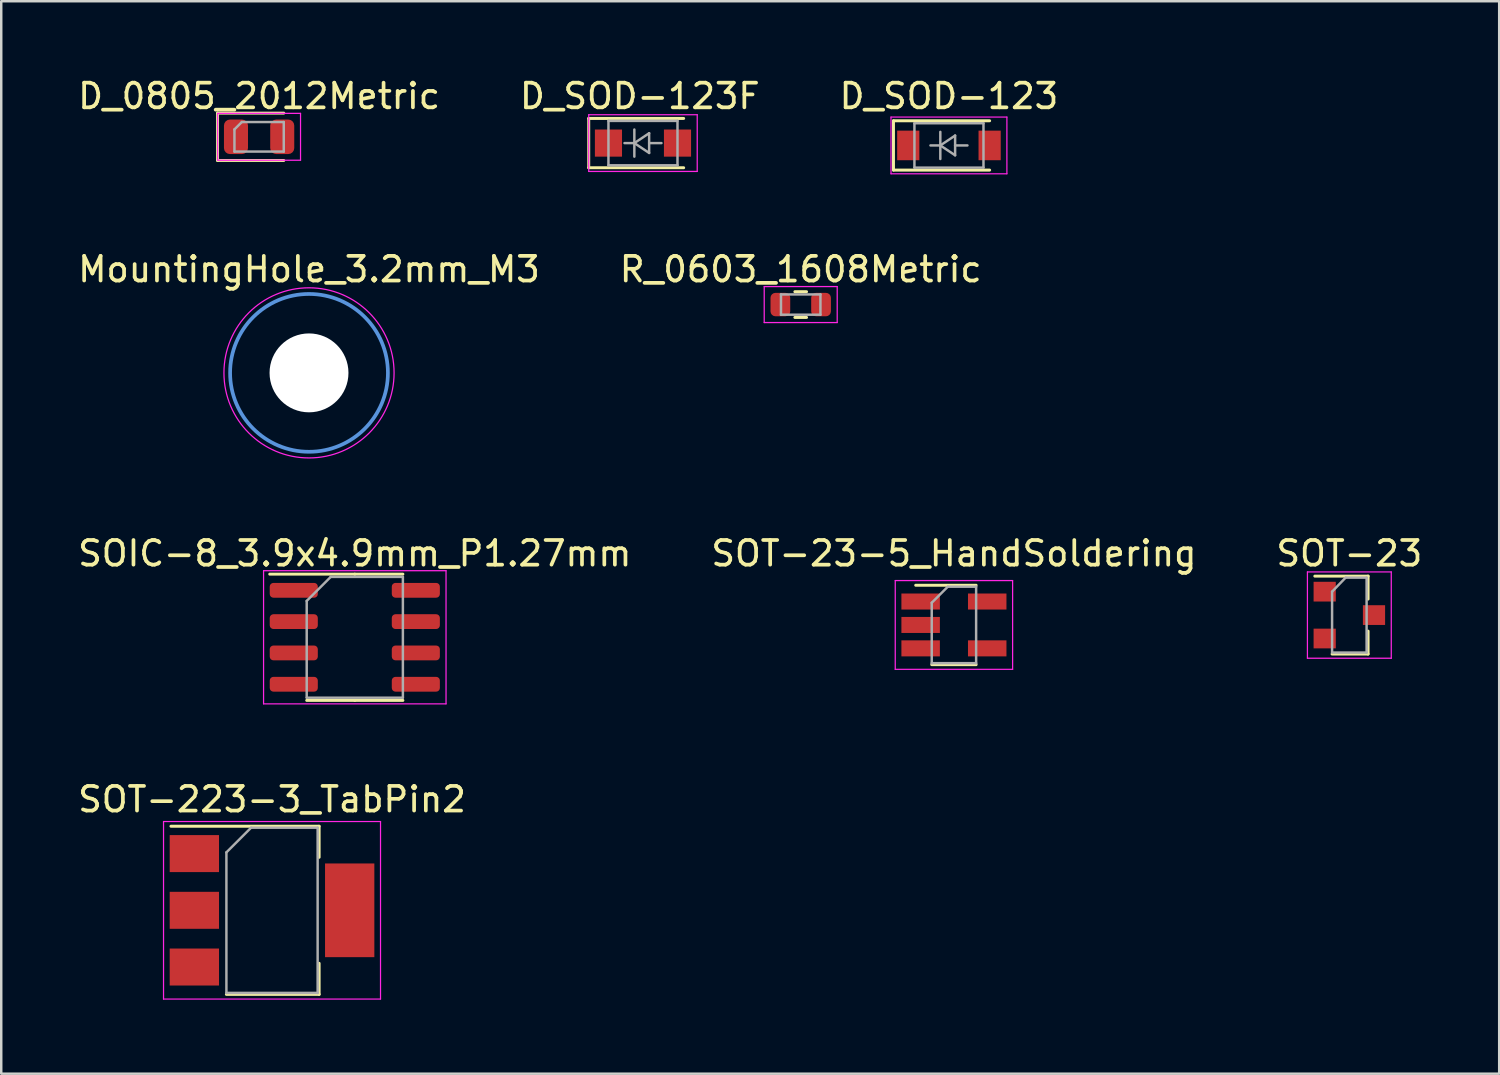
<source format=kicad_pcb>
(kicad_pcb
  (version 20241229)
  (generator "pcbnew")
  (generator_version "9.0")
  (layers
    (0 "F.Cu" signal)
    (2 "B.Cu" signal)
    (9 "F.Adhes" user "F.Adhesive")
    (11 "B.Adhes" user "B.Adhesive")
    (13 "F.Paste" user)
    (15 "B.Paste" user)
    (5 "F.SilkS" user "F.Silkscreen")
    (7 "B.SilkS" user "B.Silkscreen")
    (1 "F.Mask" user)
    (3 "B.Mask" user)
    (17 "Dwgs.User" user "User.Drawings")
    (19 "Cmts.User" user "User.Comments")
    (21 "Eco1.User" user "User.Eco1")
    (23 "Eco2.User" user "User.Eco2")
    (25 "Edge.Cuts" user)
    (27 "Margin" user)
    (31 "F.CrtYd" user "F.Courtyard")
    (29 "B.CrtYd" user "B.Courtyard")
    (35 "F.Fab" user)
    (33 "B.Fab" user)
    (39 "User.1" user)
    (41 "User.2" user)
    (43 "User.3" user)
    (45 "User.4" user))
  (footprint "SOT-223-3_TabPin2"
    (layer "F.Cu")
    (at 7.982 33.868)
    (property "Reference" "SOT-223-3_TabPin2" (at 0 -4.5 0) (layer "F.SilkS") (effects (font (size 1 1) (thickness 0.15))))
    (attr smd)
    (fp_line (start -4.1 -3.41) (end 1.91 -3.41) (stroke (width 0.12) (type solid)) (layer "F.SilkS"))
    (fp_line (start -1.85 3.41) (end 1.91 3.41) (stroke (width 0.12) (type solid)) (layer "F.SilkS"))
    (fp_line (start 1.91 -3.41) (end 1.91 -2.15) (stroke (width 0.12) (type solid)) (layer "F.SilkS"))
    (fp_line (start 1.91 3.41) (end 1.91 2.15) (stroke (width 0.12) (type solid)) (layer "F.SilkS"))
    (fp_line (start -4.4 -3.6) (end -4.4 3.6) (stroke (width 0.05) (type solid)) (layer "F.CrtYd"))
    (fp_line (start -4.4 3.6) (end 4.4 3.6) (stroke (width 0.05) (type solid)) (layer "F.CrtYd"))
    (fp_line (start 4.4 -3.6) (end -4.4 -3.6) (stroke (width 0.05) (type solid)) (layer "F.CrtYd"))
    (fp_line (start 4.4 3.6) (end 4.4 -3.6) (stroke (width 0.05) (type solid)) (layer "F.CrtYd"))
    (fp_line (start -1.85 -2.35) (end -1.85 3.35) (stroke (width 0.1) (type solid)) (layer "F.Fab"))
    (fp_line (start -1.85 -2.35) (end -0.85 -3.35) (stroke (width 0.1) (type solid)) (layer "F.Fab"))
    (fp_line (start -1.85 3.35) (end 1.85 3.35) (stroke (width 0.1) (type solid)) (layer "F.Fab"))
    (fp_line (start -0.85 -3.35) (end 1.85 -3.35) (stroke (width 0.1) (type solid)) (layer "F.Fab"))
    (fp_line (start 1.85 -3.35) (end 1.85 3.35) (stroke (width 0.1) (type solid)) (layer "F.Fab"))
    (pad "1" smd rect (at -3.15 -2.3) (size 2 1.5) (layers "F.Cu" "F.Mask" "F.Paste"))
    (pad "2" smd rect (at -3.15 0) (size 2 1.5) (layers "F.Cu" "F.Mask" "F.Paste"))
    (pad "2" smd rect (at 3.15 0) (size 2 3.8) (layers "F.Cu" "F.Mask" "F.Paste"))
    (pad "3" smd rect (at -3.15 2.3) (size 2 1.5) (layers "F.Cu" "F.Mask" "F.Paste")))
  (footprint "MountingHole_3.2mm_M3"
    (layer "F.Cu")
    (at 9.482 12.072)
    (property "Reference" "MountingHole_3.2mm_M3" (at 0 -4.2 0) (layer "F.SilkS") (effects (font (size 1 1) (thickness 0.15))))
    (attr exclude_from_pos_files exclude_from_bom)
    (fp_circle (center 0 0) (end 3.2 0) (stroke (width 0.15) (type solid)) (fill no) (layer "Cmts.User"))
    (fp_circle (center 0 0) (end 3.45 0) (stroke (width 0.05) (type solid)) (fill no) (layer "F.CrtYd"))
    (pad "" np_thru_hole circle (at 0 0) (size 3.2 3.2) (drill 3.2) (layers "*.Cu" "*.Mask")))
  (footprint "D_SOD-123F"
    (layer "F.Cu")
    (at 23.026 2.753)
    (property "Reference" "D_SOD-123F" (at -0.127 -1.905 0) (layer "F.SilkS") (effects (font (size 1 1) (thickness 0.15))))
    (attr smd)
    (fp_line (start -2.2 -1) (end -2.2 1) (stroke (width 0.12) (type solid)) (layer "F.SilkS"))
    (fp_line (start -2.2 -1) (end 1.65 -1) (stroke (width 0.12) (type solid)) (layer "F.SilkS"))
    (fp_line (start -2.2 1) (end 1.65 1) (stroke (width 0.12) (type solid)) (layer "F.SilkS"))
    (fp_line (start -2.2 -1.15) (end -2.2 1.15) (stroke (width 0.05) (type solid)) (layer "F.CrtYd"))
    (fp_line (start -2.2 -1.15) (end 2.2 -1.15) (stroke (width 0.05) (type solid)) (layer "F.CrtYd"))
    (fp_line (start 2.2 -1.15) (end 2.2 1.15) (stroke (width 0.05) (type solid)) (layer "F.CrtYd"))
    (fp_line (start 2.2 1.15) (end -2.2 1.15) (stroke (width 0.05) (type solid)) (layer "F.CrtYd"))
    (fp_line (start -1.4 -0.9) (end 1.4 -0.9) (stroke (width 0.1) (type solid)) (layer "F.Fab"))
    (fp_line (start -1.4 0.9) (end -1.4 -0.9) (stroke (width 0.1) (type solid)) (layer "F.Fab"))
    (fp_line (start -0.75 0) (end -0.35 0) (stroke (width 0.1) (type solid)) (layer "F.Fab"))
    (fp_line (start -0.35 0) (end -0.35 -0.55) (stroke (width 0.1) (type solid)) (layer "F.Fab"))
    (fp_line (start -0.35 0) (end -0.35 0.55) (stroke (width 0.1) (type solid)) (layer "F.Fab"))
    (fp_line (start -0.35 0) (end 0.25 -0.4) (stroke (width 0.1) (type solid)) (layer "F.Fab"))
    (fp_line (start 0.25 -0.4) (end 0.25 0.4) (stroke (width 0.1) (type solid)) (layer "F.Fab"))
    (fp_line (start 0.25 0) (end 0.75 0) (stroke (width 0.1) (type solid)) (layer "F.Fab"))
    (fp_line (start 0.25 0.4) (end -0.35 0) (stroke (width 0.1) (type solid)) (layer "F.Fab"))
    (fp_line (start 1.4 -0.9) (end 1.4 0.9) (stroke (width 0.1) (type solid)) (layer "F.Fab"))
    (fp_line (start 1.4 0.9) (end -1.4 0.9) (stroke (width 0.1) (type solid)) (layer "F.Fab"))
    (pad "1" smd rect (at -1.4 0) (size 1.1 1.1) (layers "F.Cu" "F.Mask" "F.Paste"))
    (pad "2" smd rect (at 1.4 0) (size 1.1 1.1) (layers "F.Cu" "F.Mask" "F.Paste")))
  (footprint "D_0805_2012Metric"
    (layer "F.Cu")
    (at 7.458 2.498)
    (property "Reference" "D_0805_2012Metric" (at 0 -1.65 180) (layer "F.SilkS") (effects (font (size 1 1) (thickness 0.15))))
    (attr smd)
    (fp_line (start -1.685 -0.96) (end -1.685 0.96) (stroke (width 0.12) (type solid)) (layer "F.SilkS"))
    (fp_line (start -1.685 0.96) (end 1 0.96) (stroke (width 0.12) (type solid)) (layer "F.SilkS"))
    (fp_line (start 1 -0.96) (end -1.685 -0.96) (stroke (width 0.12) (type solid)) (layer "F.SilkS"))
    (fp_line (start -1.68 -0.95) (end 1.68 -0.95) (stroke (width 0.05) (type solid)) (layer "F.CrtYd"))
    (fp_line (start -1.68 0.95) (end -1.68 -0.95) (stroke (width 0.05) (type solid)) (layer "F.CrtYd"))
    (fp_line (start 1.68 -0.95) (end 1.68 0.95) (stroke (width 0.05) (type solid)) (layer "F.CrtYd"))
    (fp_line (start 1.68 0.95) (end -1.68 0.95) (stroke (width 0.05) (type solid)) (layer "F.CrtYd"))
    (fp_line (start -1 -0.3) (end -1 0.6) (stroke (width 0.1) (type solid)) (layer "F.Fab"))
    (fp_line (start -1 0.6) (end 1 0.6) (stroke (width 0.1) (type solid)) (layer "F.Fab"))
    (fp_line (start -0.7 -0.6) (end -1 -0.3) (stroke (width 0.1) (type solid)) (layer "F.Fab"))
    (fp_line (start 1 -0.6) (end -0.7 -0.6) (stroke (width 0.1) (type solid)) (layer "F.Fab"))
    (fp_line (start 1 0.6) (end 1 -0.6) (stroke (width 0.1) (type solid)) (layer "F.Fab"))
    (pad "1" smd roundrect (at -0.938 0) (size 0.975 1.4) (layers "F.Cu" "F.Mask" "F.Paste") (roundrect_rratio 0.25))
    (pad "2" smd roundrect (at 0.938 0) (size 0.975 1.4) (layers "F.Cu" "F.Mask" "F.Paste") (roundrect_rratio 0.25)))
  (footprint "R_0603_1608Metric"
    (layer "F.Cu")
    (at 29.423 9.302)
    (property "Reference" "R_0603_1608Metric" (at 0 -1.43 0) (layer "F.SilkS") (effects (font (size 1 1) (thickness 0.15))))
    (attr smd)
    (fp_line (start -0.237 -0.522) (end 0.237 -0.522) (stroke (width 0.12) (type solid)) (layer "F.SilkS"))
    (fp_line (start -0.237 0.522) (end 0.237 0.522) (stroke (width 0.12) (type solid)) (layer "F.SilkS"))
    (fp_line (start -1.48 -0.73) (end 1.48 -0.73) (stroke (width 0.05) (type solid)) (layer "F.CrtYd"))
    (fp_line (start -1.48 0.73) (end -1.48 -0.73) (stroke (width 0.05) (type solid)) (layer "F.CrtYd"))
    (fp_line (start 1.48 -0.73) (end 1.48 0.73) (stroke (width 0.05) (type solid)) (layer "F.CrtYd"))
    (fp_line (start 1.48 0.73) (end -1.48 0.73) (stroke (width 0.05) (type solid)) (layer "F.CrtYd"))
    (fp_line (start -0.8 -0.412) (end 0.8 -0.412) (stroke (width 0.1) (type solid)) (layer "F.Fab"))
    (fp_line (start -0.8 0.412) (end -0.8 -0.412) (stroke (width 0.1) (type solid)) (layer "F.Fab"))
    (fp_line (start 0.8 -0.412) (end 0.8 0.412) (stroke (width 0.1) (type solid)) (layer "F.Fab"))
    (fp_line (start 0.8 0.412) (end -0.8 0.412) (stroke (width 0.1) (type solid)) (layer "F.Fab"))
    (pad "1" smd roundrect (at -0.825 0) (size 0.8 0.95) (layers "F.Cu" "F.Mask" "F.Paste") (roundrect_rratio 0.25))
    (pad "2" smd roundrect (at 0.825 0) (size 0.8 0.95) (layers "F.Cu" "F.Mask" "F.Paste") (roundrect_rratio 0.25)))
  (footprint "SOT-23-5_HandSoldering"
    (layer "F.Cu")
    (at 35.637 22.295)
    (property "Reference" "SOT-23-5_HandSoldering" (at 0 -2.9 0) (layer "F.SilkS") (effects (font (size 1 1) (thickness 0.15))))
    (attr smd)
    (fp_line (start -0.9 1.61) (end 0.9 1.61) (stroke (width 0.12) (type solid)) (layer "F.SilkS"))
    (fp_line (start 0.9 -1.61) (end -1.55 -1.61) (stroke (width 0.12) (type solid)) (layer "F.SilkS"))
    (fp_line (start -2.38 -1.8) (end -2.38 1.8) (stroke (width 0.05) (type solid)) (layer "F.CrtYd"))
    (fp_line (start -2.38 -1.8) (end 2.38 -1.8) (stroke (width 0.05) (type solid)) (layer "F.CrtYd"))
    (fp_line (start 2.38 1.8) (end -2.38 1.8) (stroke (width 0.05) (type solid)) (layer "F.CrtYd"))
    (fp_line (start 2.38 1.8) (end 2.38 -1.8) (stroke (width 0.05) (type solid)) (layer "F.CrtYd"))
    (fp_line (start -0.9 -0.9) (end -0.9 1.55) (stroke (width 0.1) (type solid)) (layer "F.Fab"))
    (fp_line (start -0.9 -0.9) (end -0.25 -1.55) (stroke (width 0.1) (type solid)) (layer "F.Fab"))
    (fp_line (start 0.9 -1.55) (end -0.25 -1.55) (stroke (width 0.1) (type solid)) (layer "F.Fab"))
    (fp_line (start 0.9 -1.55) (end 0.9 1.55) (stroke (width 0.1) (type solid)) (layer "F.Fab"))
    (fp_line (start 0.9 1.55) (end -0.9 1.55) (stroke (width 0.1) (type solid)) (layer "F.Fab"))
    (pad "1" smd rect (at -1.35 -0.95) (size 1.56 0.65) (layers "F.Cu" "F.Mask" "F.Paste"))
    (pad "2" smd rect (at -1.35 0) (size 1.56 0.65) (layers "F.Cu" "F.Mask" "F.Paste"))
    (pad "3" smd rect (at -1.35 0.95) (size 1.56 0.65) (layers "F.Cu" "F.Mask" "F.Paste"))
    (pad "4" smd rect (at 1.35 0.95) (size 1.56 0.65) (layers "F.Cu" "F.Mask" "F.Paste"))
    (pad "5" smd rect (at 1.35 -0.95) (size 1.56 0.65) (layers "F.Cu" "F.Mask" "F.Paste")))
  (footprint "D_SOD-123"
    (layer "F.Cu")
    (at 35.435 2.848)
    (property "Reference" "D_SOD-123" (at 0 -2 180) (layer "F.SilkS") (effects (font (size 1 1) (thickness 0.15))))
    (attr smd)
    (fp_line (start -2.25 -1) (end -2.25 1) (stroke (width 0.12) (type solid)) (layer "F.SilkS"))
    (fp_line (start -2.25 -1) (end 1.65 -1) (stroke (width 0.12) (type solid)) (layer "F.SilkS"))
    (fp_line (start -2.25 1) (end 1.65 1) (stroke (width 0.12) (type solid)) (layer "F.SilkS"))
    (fp_line (start -2.35 -1.15) (end -2.35 1.15) (stroke (width 0.05) (type solid)) (layer "F.CrtYd"))
    (fp_line (start -2.35 -1.15) (end 2.35 -1.15) (stroke (width 0.05) (type solid)) (layer "F.CrtYd"))
    (fp_line (start 2.35 -1.15) (end 2.35 1.15) (stroke (width 0.05) (type solid)) (layer "F.CrtYd"))
    (fp_line (start 2.35 1.15) (end -2.35 1.15) (stroke (width 0.05) (type solid)) (layer "F.CrtYd"))
    (fp_line (start -1.4 -0.9) (end 1.4 -0.9) (stroke (width 0.1) (type solid)) (layer "F.Fab"))
    (fp_line (start -1.4 0.9) (end -1.4 -0.9) (stroke (width 0.1) (type solid)) (layer "F.Fab"))
    (fp_line (start -0.75 0) (end -0.35 0) (stroke (width 0.1) (type solid)) (layer "F.Fab"))
    (fp_line (start -0.35 0) (end -0.35 -0.55) (stroke (width 0.1) (type solid)) (layer "F.Fab"))
    (fp_line (start -0.35 0) (end -0.35 0.55) (stroke (width 0.1) (type solid)) (layer "F.Fab"))
    (fp_line (start -0.35 0) (end 0.25 -0.4) (stroke (width 0.1) (type solid)) (layer "F.Fab"))
    (fp_line (start 0.25 -0.4) (end 0.25 0.4) (stroke (width 0.1) (type solid)) (layer "F.Fab"))
    (fp_line (start 0.25 0) (end 0.75 0) (stroke (width 0.1) (type solid)) (layer "F.Fab"))
    (fp_line (start 0.25 0.4) (end -0.35 0) (stroke (width 0.1) (type solid)) (layer "F.Fab"))
    (fp_line (start 1.4 -0.9) (end 1.4 0.9) (stroke (width 0.1) (type solid)) (layer "F.Fab"))
    (fp_line (start 1.4 0.9) (end -1.4 0.9) (stroke (width 0.1) (type solid)) (layer "F.Fab"))
    (pad "1" smd rect (at -1.65 0) (size 0.9 1.2) (layers "F.Cu" "F.Mask" "F.Paste"))
    (pad "2" smd rect (at 1.65 0) (size 0.9 1.2) (layers "F.Cu" "F.Mask" "F.Paste")))
  (footprint "SOT-23"
    (layer "F.Cu")
    (at 51.673 21.895)
    (property "Reference" "SOT-23" (at 0 -2.5 180) (layer "F.SilkS") (effects (font (size 1 1) (thickness 0.15))))
    (attr smd)
    (fp_line (start 0.76 -1.58) (end -1.4 -1.58) (stroke (width 0.12) (type solid)) (layer "F.SilkS"))
    (fp_line (start 0.76 -1.58) (end 0.76 -0.65) (stroke (width 0.12) (type solid)) (layer "F.SilkS"))
    (fp_line (start 0.76 1.58) (end -0.7 1.58) (stroke (width 0.12) (type solid)) (layer "F.SilkS"))
    (fp_line (start 0.76 1.58) (end 0.76 0.65) (stroke (width 0.12) (type solid)) (layer "F.SilkS"))
    (fp_line (start -1.7 -1.75) (end 1.7 -1.75) (stroke (width 0.05) (type solid)) (layer "F.CrtYd"))
    (fp_line (start -1.7 1.75) (end -1.7 -1.75) (stroke (width 0.05) (type solid)) (layer "F.CrtYd"))
    (fp_line (start 1.7 -1.75) (end 1.7 1.75) (stroke (width 0.05) (type solid)) (layer "F.CrtYd"))
    (fp_line (start 1.7 1.75) (end -1.7 1.75) (stroke (width 0.05) (type solid)) (layer "F.CrtYd"))
    (fp_line (start -0.7 -0.95) (end -0.7 1.5) (stroke (width 0.1) (type solid)) (layer "F.Fab"))
    (fp_line (start -0.7 -0.95) (end -0.15 -1.52) (stroke (width 0.1) (type solid)) (layer "F.Fab"))
    (fp_line (start -0.7 1.52) (end 0.7 1.52) (stroke (width 0.1) (type solid)) (layer "F.Fab"))
    (fp_line (start -0.15 -1.52) (end 0.7 -1.52) (stroke (width 0.1) (type solid)) (layer "F.Fab"))
    (fp_line (start 0.7 -1.52) (end 0.7 1.52) (stroke (width 0.1) (type solid)) (layer "F.Fab"))
    (pad "1" smd rect (at -1 -0.95) (size 0.9 0.8) (layers "F.Cu" "F.Mask" "F.Paste"))
    (pad "2" smd rect (at -1 0.95) (size 0.9 0.8) (layers "F.Cu" "F.Mask" "F.Paste"))
    (pad "3" smd rect (at 1 0) (size 0.9 0.8) (layers "F.Cu" "F.Mask" "F.Paste")))
  (footprint "SOIC-8_3.9x4.9mm_P1.27mm"
    (layer "F.Cu")
    (at 11.339 22.795)
    (property "Reference" "SOIC-8_3.9x4.9mm_P1.27mm" (at 0 -3.4 0) (layer "F.SilkS") (effects (font (size 1 1) (thickness 0.15))))
    (attr smd)
    (fp_line (start 0 -2.56) (end -3.45 -2.56) (stroke (width 0.12) (type solid)) (layer "F.SilkS"))
    (fp_line (start 0 -2.56) (end 1.95 -2.56) (stroke (width 0.12) (type solid)) (layer "F.SilkS"))
    (fp_line (start 0 2.56) (end -1.95 2.56) (stroke (width 0.12) (type solid)) (layer "F.SilkS"))
    (fp_line (start 0 2.56) (end 1.95 2.56) (stroke (width 0.12) (type solid)) (layer "F.SilkS"))
    (fp_line (start -3.7 -2.7) (end -3.7 2.7) (stroke (width 0.05) (type solid)) (layer "F.CrtYd"))
    (fp_line (start -3.7 2.7) (end 3.7 2.7) (stroke (width 0.05) (type solid)) (layer "F.CrtYd"))
    (fp_line (start 3.7 -2.7) (end -3.7 -2.7) (stroke (width 0.05) (type solid)) (layer "F.CrtYd"))
    (fp_line (start 3.7 2.7) (end 3.7 -2.7) (stroke (width 0.05) (type solid)) (layer "F.CrtYd"))
    (fp_line (start -1.95 -1.475) (end -0.975 -2.45) (stroke (width 0.1) (type solid)) (layer "F.Fab"))
    (fp_line (start -1.95 2.45) (end -1.95 -1.475) (stroke (width 0.1) (type solid)) (layer "F.Fab"))
    (fp_line (start -0.975 -2.45) (end 1.95 -2.45) (stroke (width 0.1) (type solid)) (layer "F.Fab"))
    (fp_line (start 1.95 -2.45) (end 1.95 2.45) (stroke (width 0.1) (type solid)) (layer "F.Fab"))
    (fp_line (start 1.95 2.45) (end -1.95 2.45) (stroke (width 0.1) (type solid)) (layer "F.Fab"))
    (pad "1" smd roundrect (at -2.475 -1.905) (size 1.95 0.6) (layers "F.Cu" "F.Mask" "F.Paste") (roundrect_rratio 0.25))
    (pad "2" smd roundrect (at -2.475 -0.635) (size 1.95 0.6) (layers "F.Cu" "F.Mask" "F.Paste") (roundrect_rratio 0.25))
    (pad "3" smd roundrect (at -2.475 0.635) (size 1.95 0.6) (layers "F.Cu" "F.Mask" "F.Paste") (roundrect_rratio 0.25))
    (pad "4" smd roundrect (at -2.475 1.905) (size 1.95 0.6) (layers "F.Cu" "F.Mask" "F.Paste") (roundrect_rratio 0.25))
    (pad "5" smd roundrect (at 2.475 1.905) (size 1.95 0.6) (layers "F.Cu" "F.Mask" "F.Paste") (roundrect_rratio 0.25))
    (pad "6" smd roundrect (at 2.475 0.635) (size 1.95 0.6) (layers "F.Cu" "F.Mask" "F.Paste") (roundrect_rratio 0.25))
    (pad "7" smd roundrect (at 2.475 -0.635) (size 1.95 0.6) (layers "F.Cu" "F.Mask" "F.Paste") (roundrect_rratio 0.25))
    (pad "8" smd roundrect (at 2.475 -1.905) (size 1.95 0.6) (layers "F.Cu" "F.Mask" "F.Paste") (roundrect_rratio 0.25)))
  (gr_rect
    (start -3 -3)
    (end 57.75 40.493)
    (stroke (width 0.1) (type default))
    (fill no)
    (layer "Edge.Cuts")))
</source>
